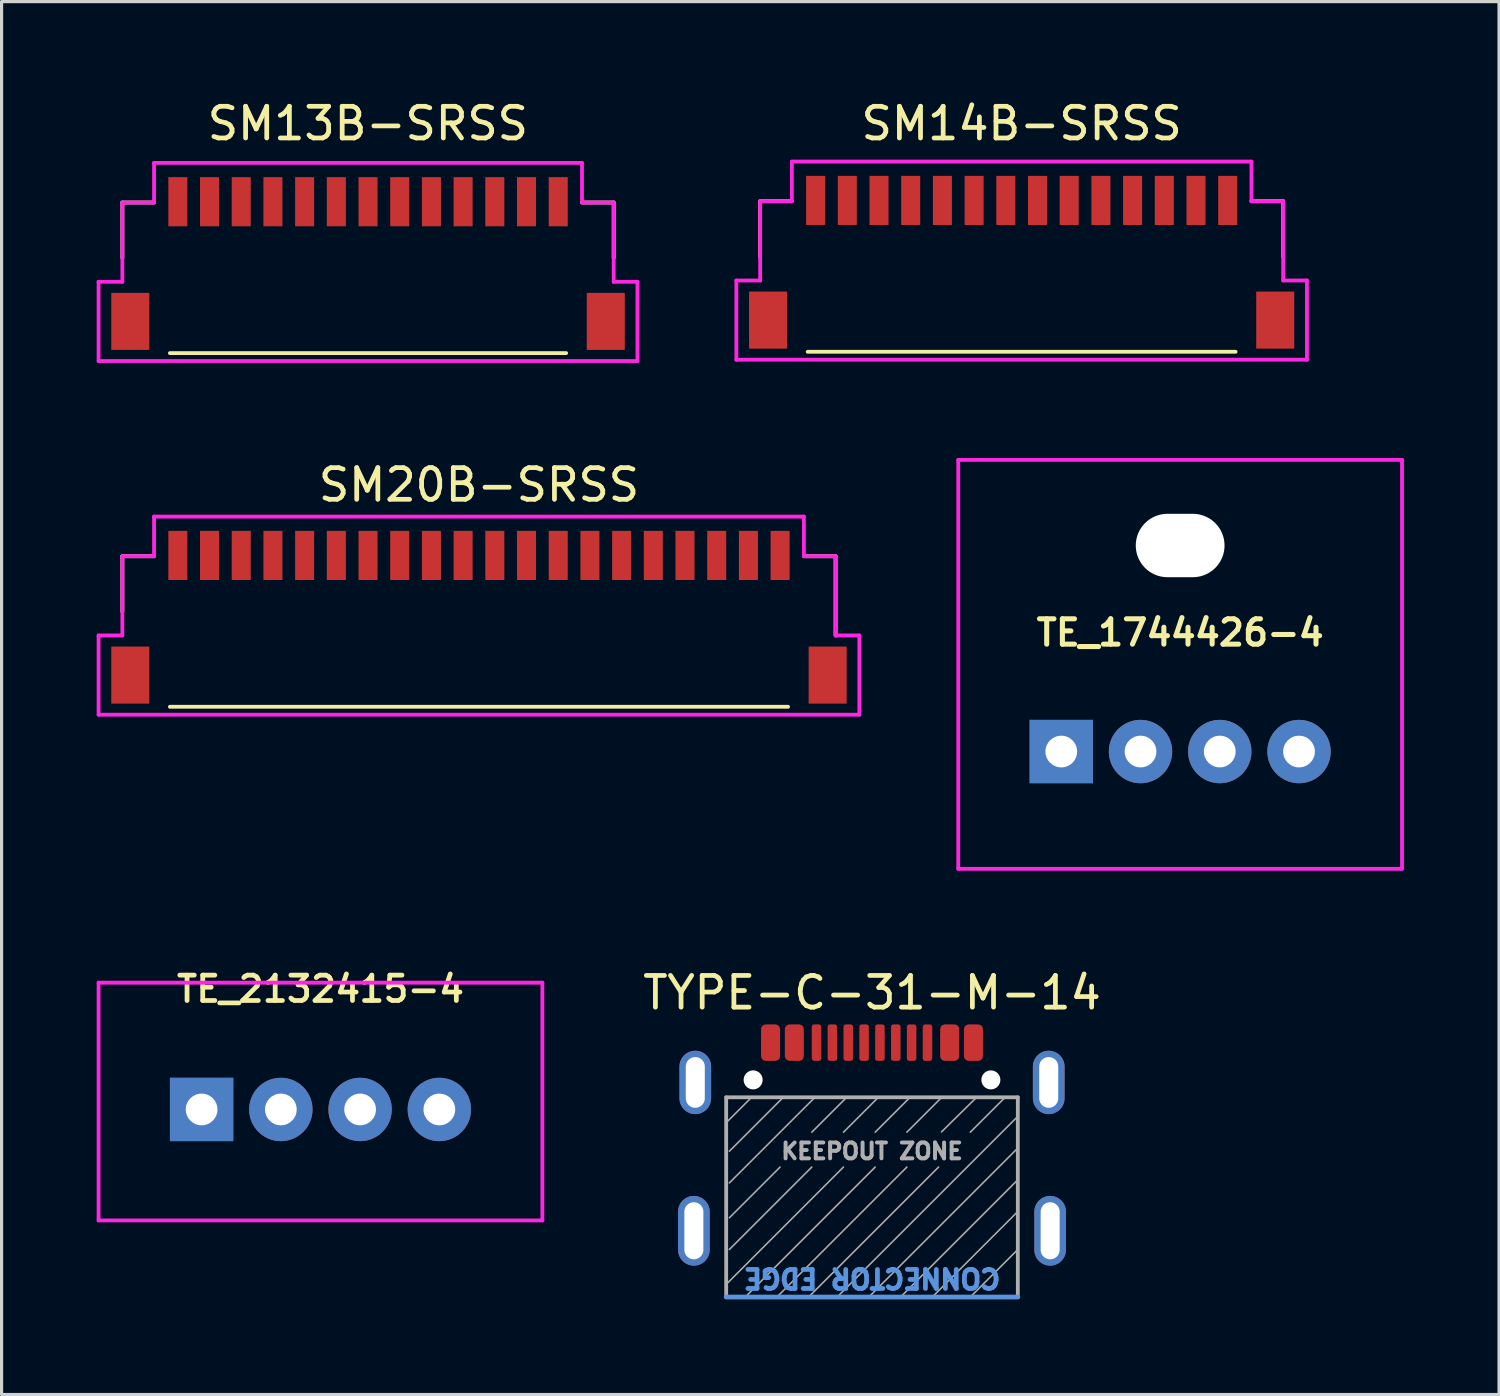
<source format=kicad_pcb>
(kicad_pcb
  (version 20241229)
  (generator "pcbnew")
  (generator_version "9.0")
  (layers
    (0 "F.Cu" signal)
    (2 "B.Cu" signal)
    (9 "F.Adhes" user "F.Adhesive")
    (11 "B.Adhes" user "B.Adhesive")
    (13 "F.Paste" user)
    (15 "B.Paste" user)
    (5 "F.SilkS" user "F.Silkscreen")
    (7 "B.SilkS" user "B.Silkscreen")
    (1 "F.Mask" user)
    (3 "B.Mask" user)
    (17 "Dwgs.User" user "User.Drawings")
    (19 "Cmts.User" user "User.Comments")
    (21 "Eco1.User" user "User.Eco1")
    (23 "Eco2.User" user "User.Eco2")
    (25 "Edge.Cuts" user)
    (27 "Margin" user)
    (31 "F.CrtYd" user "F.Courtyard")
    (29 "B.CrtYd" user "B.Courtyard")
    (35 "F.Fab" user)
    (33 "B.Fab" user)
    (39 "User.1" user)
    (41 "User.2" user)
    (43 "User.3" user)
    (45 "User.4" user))
  (footprint "TYPE-C-31-M-14"
    (layer "F.Cu")
    (at 24.459 29.267)
    (property "Reference" "TYPE-C-31-M-14" (at 0 -1 0) (layer "F.SilkS") (effects (font (size 1 1) (thickness 0.15))))
    (attr through_hole)
    (fp_line (start 4.6 8.6) (end -4.6 8.6) (stroke (width 0.15) (type solid)) (layer "Cmts.User"))
    (fp_line (start -4.6 3.1) (end -3.8 2.3) (stroke (width 0.05) (type solid)) (layer "F.Fab"))
    (fp_line (start -4.6 8.2) (end -0.9 4.5) (stroke (width 0.05) (type solid)) (layer "F.Fab"))
    (fp_line (start -4.6 8.6) (end -4.6 2.3) (stroke (width 0.12) (type solid)) (layer "F.Fab"))
    (fp_line (start -4.6 8.6) (end 4.6 8.6) (stroke (width 0.12) (type solid)) (layer "F.Fab"))
    (fp_line (start -4.5 4) (end -2.8 2.3) (stroke (width 0.05) (type solid)) (layer "F.Fab"))
    (fp_line (start -4.5 5) (end -1.8 2.3) (stroke (width 0.05) (type solid)) (layer "F.Fab"))
    (fp_line (start -4.5 6.1) (end -2.9 4.5) (stroke (width 0.05) (type solid)) (layer "F.Fab"))
    (fp_line (start -4.5 7.1) (end -1.9 4.5) (stroke (width 0.05) (type solid)) (layer "F.Fab"))
    (fp_line (start -4 8.6) (end 0.1 4.5) (stroke (width 0.05) (type solid)) (layer "F.Fab"))
    (fp_line (start -3 8.6) (end 1.1 4.5) (stroke (width 0.05) (type solid)) (layer "F.Fab"))
    (fp_line (start -2 8.6) (end 2.1 4.5) (stroke (width 0.05) (type solid)) (layer "F.Fab"))
    (fp_line (start -1.9 3.4) (end -0.8 2.3) (stroke (width 0.05) (type solid)) (layer "F.Fab"))
    (fp_line (start -1.1 8.6) (end 4.6 2.9) (stroke (width 0.05) (type solid)) (layer "F.Fab"))
    (fp_line (start -0.9 3.4) (end 0.2 2.3) (stroke (width 0.05) (type solid)) (layer "F.Fab"))
    (fp_line (start -0.1 8.6) (end 4.6 3.9) (stroke (width 0.05) (type solid)) (layer "F.Fab"))
    (fp_line (start 0.1 3.4) (end 1.2 2.3) (stroke (width 0.05) (type solid)) (layer "F.Fab"))
    (fp_line (start 0.9 8.6) (end 4.6 4.9) (stroke (width 0.05) (type solid)) (layer "F.Fab"))
    (fp_line (start 1.1 3.4) (end 2.2 2.3) (stroke (width 0.05) (type solid)) (layer "F.Fab"))
    (fp_line (start 1.9 8.6) (end 4.6 5.9) (stroke (width 0.05) (type solid)) (layer "F.Fab"))
    (fp_line (start 2.192 3.391) (end 3.3 2.3) (stroke (width 0.05) (type solid)) (layer "F.Fab"))
    (fp_line (start 3.1 3.4) (end 4.2 2.3) (stroke (width 0.05) (type solid)) (layer "F.Fab"))
    (fp_line (start 3.1 8.6) (end 4.6 7.1) (stroke (width 0.05) (type solid)) (layer "F.Fab"))
    (fp_line (start 4.6 2.3) (end -4.6 2.3) (stroke (width 0.12) (type solid)) (layer "F.Fab"))
    (fp_line (start 4.6 8.6) (end 4.6 2.3) (stroke (width 0.12) (type solid)) (layer "F.Fab"))
    (fp_text user "CONNECTOR EDGE" (at 0 8 180) (unlocked yes) (layer "Cmts.User") (effects (font (size 0.6 0.6) (thickness 0.15))))
    (fp_text user "KEEPOUT ZONE" (at 0 4 0) (layer "F.Fab") (effects (font (size 0.5 0.5) (thickness 0.125))))
    (pad "" np_thru_hole circle (at -3.75 1.75) (size 0.6 0.6) (drill 0.6) (layers "*.Cu" "*.Mask"))
    (pad "" np_thru_hole circle (at 3.75 1.75) (size 0.6 0.6) (drill 0.6) (layers "*.Cu" "*.Mask"))
    (pad "A1" smd roundrect (at -3.2 0.575) (size 0.6 1.15) (layers "F.Cu" "F.Mask" "F.Paste") (roundrect_rratio 0.25))
    (pad "A4" smd roundrect (at -2.45 0.575) (size 0.6 1.15) (layers "F.Cu" "F.Mask" "F.Paste") (roundrect_rratio 0.25))
    (pad "A5" smd roundrect (at -1.25 0.575) (size 0.3 1.15) (layers "F.Cu" "F.Mask" "F.Paste") (roundrect_rratio 0.25))
    (pad "A6" smd roundrect (at -0.25 0.575) (size 0.3 1.15) (layers "F.Cu" "F.Mask" "F.Paste") (roundrect_rratio 0.25))
    (pad "A7" smd roundrect (at 0.25 0.575) (size 0.3 1.15) (layers "F.Cu" "F.Mask" "F.Paste") (roundrect_rratio 0.25))
    (pad "A8" smd roundrect (at 1.25 0.575) (size 0.3 1.15) (layers "F.Cu" "F.Mask" "F.Paste") (roundrect_rratio 0.25))
    (pad "B1" smd roundrect (at 3.2 0.575) (size 0.6 1.15) (layers "F.Cu" "F.Mask" "F.Paste") (roundrect_rratio 0.25))
    (pad "B4" smd roundrect (at 2.45 0.575) (size 0.6 1.15) (layers "F.Cu" "F.Mask" "F.Paste") (roundrect_rratio 0.25))
    (pad "B5" smd roundrect (at 1.75 0.575) (size 0.3 1.15) (layers "F.Cu" "F.Mask" "F.Paste") (roundrect_rratio 0.25))
    (pad "B6" smd roundrect (at 0.75 0.575) (size 0.3 1.15) (layers "F.Cu" "F.Mask" "F.Paste") (roundrect_rratio 0.25))
    (pad "B7" smd roundrect (at -0.75 0.575) (size 0.3 1.15) (layers "F.Cu" "F.Mask" "F.Paste") (roundrect_rratio 0.25))
    (pad "B8" smd roundrect (at -1.75 0.575) (size 0.3 1.15) (layers "F.Cu" "F.Mask" "F.Paste") (roundrect_rratio 0.25))
    (pad "S" thru_hole oval (at -5.62 6.51) (size 1 2.2) (drill oval 0.6 1.8) (layers "*.Cu" "*.Mask"))
    (pad "S" thru_hole oval (at -5.575 1.83) (size 1 2) (drill oval 0.6 1.6) (layers "*.Cu" "*.Mask"))
    (pad "S" thru_hole oval (at 5.575 1.83) (size 1 2) (drill oval 0.6 1.6) (layers "*.Cu" "*.Mask"))
    (pad "S" thru_hole oval (at 5.62 6.51) (size 1 2.2) (drill oval 0.6 1.8) (layers "*.Cu" "*.Mask")))
  (footprint "TE_1744426-4"
    (layer "F.Cu")
    (at 34.18 20.659)
    (property "Reference" "TE_1744426-4" (at 0 -3.75 0) (unlocked yes) (layer "F.SilkS") (effects (font (size 0.8 0.8) (thickness 0.16))))
    (attr through_hole)
    (fp_line (start -7 3.7) (end -7 -9.2) (stroke (width 0.12) (type solid)) (layer "F.CrtYd"))
    (fp_line (start 7 -9.2) (end -7 -9.2) (stroke (width 0.12) (type solid)) (layer "F.CrtYd"))
    (fp_line (start 7 3.7) (end -7 3.7) (stroke (width 0.12) (type solid)) (layer "F.CrtYd"))
    (fp_line (start 7 3.7) (end 7 -9.2) (stroke (width 0.12) (type solid)) (layer "F.CrtYd"))
    (pad "" np_thru_hole oval (at 0 -6.5) (size 2.8 2) (drill oval 2.8 2) (layers "*.Cu" "*.Mask"))
    (pad "1" thru_hole rect (at -3.75 0) (size 2 2) (drill 1) (layers "*.Cu" "*.Mask"))
    (pad "2" thru_hole circle (at -1.25 0) (size 2 2) (drill 1) (layers "*.Cu" "*.Mask"))
    (pad "3" thru_hole circle (at 1.25 0) (size 2 2) (drill 1) (layers "*.Cu" "*.Mask"))
    (pad "4" thru_hole circle (at 3.75 0) (size 2 2) (drill 1) (layers "*.Cu" "*.Mask")))
  (footprint "SM13B-SRSS"
    (layer "F.Cu")
    (at 8.56 4.089)
    (property "Reference" "SM13B-SRSS" (at -0.005 -3.241 0) (unlocked yes) (layer "F.SilkS") (effects (font (size 1 1) (thickness 0.15))))
    (attr through_hole)
    (fp_line (start -7.75 -0.75) (end -7.75 1) (stroke (width 0.12) (type solid)) (layer "F.SilkS"))
    (fp_line (start -7.75 -0.75) (end -6.75 -0.75) (stroke (width 0.12) (type solid)) (layer "F.SilkS"))
    (fp_line (start -6.25 4) (end 6.25 4) (stroke (width 0.12) (type solid)) (layer "F.SilkS"))
    (fp_line (start 7.75 -0.75) (end 6.75 -0.75) (stroke (width 0.12) (type solid)) (layer "F.SilkS"))
    (fp_line (start 7.75 -0.75) (end 7.75 1) (stroke (width 0.12) (type solid)) (layer "F.SilkS"))
    (fp_line (start -8.5 1.75) (end -7.75 1.75) (stroke (width 0.12) (type solid)) (layer "F.CrtYd"))
    (fp_line (start -8.5 4.25) (end -8.5 1.75) (stroke (width 0.12) (type solid)) (layer "F.CrtYd"))
    (fp_line (start -7.75 -0.75) (end -6.75 -0.75) (stroke (width 0.12) (type solid)) (layer "F.CrtYd"))
    (fp_line (start -7.75 1.75) (end -7.75 -0.75) (stroke (width 0.12) (type solid)) (layer "F.CrtYd"))
    (fp_line (start -6.75 -2) (end 6.75 -2) (stroke (width 0.12) (type solid)) (layer "F.CrtYd"))
    (fp_line (start -6.75 -0.75) (end -6.75 -2) (stroke (width 0.12) (type solid)) (layer "F.CrtYd"))
    (fp_line (start 6.75 -0.75) (end 6.75 -2) (stroke (width 0.12) (type solid)) (layer "F.CrtYd"))
    (fp_line (start 6.75 -0.75) (end 7.75 -0.75) (stroke (width 0.12) (type solid)) (layer "F.CrtYd"))
    (fp_line (start 7.75 1.75) (end 7.75 -0.75) (stroke (width 0.12) (type solid)) (layer "F.CrtYd"))
    (fp_line (start 7.75 1.75) (end 8.5 1.75) (stroke (width 0.12) (type solid)) (layer "F.CrtYd"))
    (fp_line (start 8.5 1.75) (end 8.5 4.25) (stroke (width 0.12) (type solid)) (layer "F.CrtYd"))
    (fp_line (start 8.5 4.25) (end -8.5 4.25) (stroke (width 0.12) (type solid)) (layer "F.CrtYd"))
    (pad "" smd rect (at -7.5 3) (size 1.2 1.8) (layers "F.Cu" "F.Mask" "F.Paste"))
    (pad "" smd rect (at 7.5 3) (size 1.2 1.8) (layers "F.Cu" "F.Mask" "F.Paste"))
    (pad "1" smd rect (at -6 -0.775) (size 0.6 1.55) (layers "F.Cu" "F.Mask" "F.Paste"))
    (pad "2" smd rect (at -5 -0.775) (size 0.6 1.55) (layers "F.Cu" "F.Mask" "F.Paste"))
    (pad "3" smd rect (at -4 -0.775) (size 0.6 1.55) (layers "F.Cu" "F.Mask" "F.Paste"))
    (pad "4" smd rect (at -3 -0.775) (size 0.6 1.55) (layers "F.Cu" "F.Mask" "F.Paste"))
    (pad "5" smd rect (at -2 -0.775) (size 0.6 1.55) (layers "F.Cu" "F.Mask" "F.Paste"))
    (pad "6" smd rect (at -1 -0.775) (size 0.6 1.55) (layers "F.Cu" "F.Mask" "F.Paste"))
    (pad "7" smd rect (at 0 -0.775) (size 0.6 1.55) (layers "F.Cu" "F.Mask" "F.Paste"))
    (pad "8" smd rect (at 1 -0.775) (size 0.6 1.55) (layers "F.Cu" "F.Mask" "F.Paste"))
    (pad "9" smd rect (at 2 -0.775) (size 0.6 1.55) (layers "F.Cu" "F.Mask" "F.Paste"))
    (pad "10" smd rect (at 3 -0.775) (size 0.6 1.55) (layers "F.Cu" "F.Mask" "F.Paste"))
    (pad "11" smd rect (at 4 -0.775) (size 0.6 1.55) (layers "F.Cu" "F.Mask" "F.Paste"))
    (pad "12" smd rect (at 5 -0.775) (size 0.6 1.55) (layers "F.Cu" "F.Mask" "F.Paste"))
    (pad "13" smd rect (at 6 -0.775) (size 0.6 1.55) (layers "F.Cu" "F.Mask" "F.Paste")))
  (footprint "SM20B-SRSS"
    (layer "F.Cu")
    (at 12.06 15.247)
    (property "Reference" "SM20B-SRSS" (at 0 -3 0) (unlocked yes) (layer "F.SilkS") (effects (font (size 1 1) (thickness 0.15))))
    (attr through_hole)
    (fp_line (start -11.25 -0.75) (end -11.25 1) (stroke (width 0.12) (type solid)) (layer "F.SilkS"))
    (fp_line (start -11.25 -0.75) (end -10.25 -0.75) (stroke (width 0.12) (type solid)) (layer "F.SilkS"))
    (fp_line (start -9.75 4) (end 9.75 4) (stroke (width 0.12) (type solid)) (layer "F.SilkS"))
    (fp_line (start 11.25 -0.75) (end 10.25 -0.75) (stroke (width 0.12) (type solid)) (layer "F.SilkS"))
    (fp_line (start 11.25 -0.75) (end 11.25 1.75) (stroke (width 0.12) (type solid)) (layer "F.SilkS"))
    (fp_line (start -12 1.75) (end -11.25 1.75) (stroke (width 0.12) (type solid)) (layer "F.CrtYd"))
    (fp_line (start -12 4.25) (end -12 1.75) (stroke (width 0.12) (type solid)) (layer "F.CrtYd"))
    (fp_line (start -11.25 -0.75) (end -10.25 -0.75) (stroke (width 0.12) (type solid)) (layer "F.CrtYd"))
    (fp_line (start -11.25 1.75) (end -11.25 -0.75) (stroke (width 0.12) (type solid)) (layer "F.CrtYd"))
    (fp_line (start -10.25 -2) (end 10.25 -2) (stroke (width 0.12) (type solid)) (layer "F.CrtYd"))
    (fp_line (start -10.25 -0.75) (end -10.25 -2) (stroke (width 0.12) (type solid)) (layer "F.CrtYd"))
    (fp_line (start 10.25 -0.75) (end 10.25 -2) (stroke (width 0.12) (type solid)) (layer "F.CrtYd"))
    (fp_line (start 10.3 -0.75) (end 11.25 -0.75) (stroke (width 0.12) (type solid)) (layer "F.CrtYd"))
    (fp_line (start 11.25 1.75) (end 11.25 -0.75) (stroke (width 0.12) (type solid)) (layer "F.CrtYd"))
    (fp_line (start 11.25 1.75) (end 12 1.75) (stroke (width 0.12) (type solid)) (layer "F.CrtYd"))
    (fp_line (start 12 1.75) (end 12 4.25) (stroke (width 0.12) (type solid)) (layer "F.CrtYd"))
    (fp_line (start 12 4.25) (end -12 4.25) (stroke (width 0.12) (type solid)) (layer "F.CrtYd"))
    (pad "" smd rect (at -11 3) (size 1.2 1.8) (layers "F.Cu" "F.Mask" "F.Paste"))
    (pad "" smd rect (at 11 3) (size 1.2 1.8) (layers "F.Cu" "F.Mask" "F.Paste"))
    (pad "1" smd rect (at -9.5 -0.775) (size 0.6 1.55) (layers "F.Cu" "F.Mask" "F.Paste"))
    (pad "2" smd rect (at -8.5 -0.775) (size 0.6 1.55) (layers "F.Cu" "F.Mask" "F.Paste"))
    (pad "3" smd rect (at -7.5 -0.775) (size 0.6 1.55) (layers "F.Cu" "F.Mask" "F.Paste"))
    (pad "4" smd rect (at -6.5 -0.775) (size 0.6 1.55) (layers "F.Cu" "F.Mask" "F.Paste"))
    (pad "5" smd rect (at -5.5 -0.775) (size 0.6 1.55) (layers "F.Cu" "F.Mask" "F.Paste"))
    (pad "6" smd rect (at -4.5 -0.775) (size 0.6 1.55) (layers "F.Cu" "F.Mask" "F.Paste"))
    (pad "7" smd rect (at -3.5 -0.775) (size 0.6 1.55) (layers "F.Cu" "F.Mask" "F.Paste"))
    (pad "8" smd rect (at -2.5 -0.775) (size 0.6 1.55) (layers "F.Cu" "F.Mask" "F.Paste"))
    (pad "9" smd rect (at -1.5 -0.775) (size 0.6 1.55) (layers "F.Cu" "F.Mask" "F.Paste"))
    (pad "10" smd rect (at -0.5 -0.775) (size 0.6 1.55) (layers "F.Cu" "F.Mask" "F.Paste"))
    (pad "11" smd rect (at 0.5 -0.775) (size 0.6 1.55) (layers "F.Cu" "F.Mask" "F.Paste"))
    (pad "12" smd rect (at 1.5 -0.775) (size 0.6 1.55) (layers "F.Cu" "F.Mask" "F.Paste"))
    (pad "13" smd rect (at 2.5 -0.775) (size 0.6 1.55) (layers "F.Cu" "F.Mask" "F.Paste"))
    (pad "14" smd rect (at 3.5 -0.775) (size 0.6 1.55) (layers "F.Cu" "F.Mask" "F.Paste"))
    (pad "15" smd rect (at 4.5 -0.775) (size 0.6 1.55) (layers "F.Cu" "F.Mask" "F.Paste"))
    (pad "16" smd rect (at 5.5 -0.775) (size 0.6 1.55) (layers "F.Cu" "F.Mask" "F.Paste"))
    (pad "17" smd rect (at 6.5 -0.775) (size 0.6 1.55) (layers "F.Cu" "F.Mask" "F.Paste"))
    (pad "18" smd rect (at 7.5 -0.775) (size 0.6 1.55) (layers "F.Cu" "F.Mask" "F.Paste"))
    (pad "19" smd rect (at 8.5 -0.775) (size 0.6 1.55) (layers "F.Cu" "F.Mask" "F.Paste"))
    (pad "20" smd rect (at 9.5 -0.775) (size 0.6 1.55) (layers "F.Cu" "F.Mask" "F.Paste")))
  (footprint "SM14B-SRSS"
    (layer "F.Cu")
    (at 29.18 4.048)
    (property "Reference" "SM14B-SRSS" (at 0 -3.2 0) (unlocked yes) (layer "F.SilkS") (effects (font (size 1 1) (thickness 0.15))))
    (attr through_hole)
    (fp_line (start -8.25 -0.75) (end -8.25 1) (stroke (width 0.12) (type solid)) (layer "F.SilkS"))
    (fp_line (start -8.25 -0.75) (end -7.25 -0.75) (stroke (width 0.12) (type solid)) (layer "F.SilkS"))
    (fp_line (start -6.75 4) (end 6.75 4) (stroke (width 0.12) (type solid)) (layer "F.SilkS"))
    (fp_line (start 8.25 -0.75) (end 7.25 -0.75) (stroke (width 0.12) (type solid)) (layer "F.SilkS"))
    (fp_line (start 8.25 -0.75) (end 8.25 1) (stroke (width 0.12) (type solid)) (layer "F.SilkS"))
    (fp_line (start -9 1.75) (end -8.25 1.75) (stroke (width 0.12) (type solid)) (layer "F.CrtYd"))
    (fp_line (start -9 4.25) (end -9 1.75) (stroke (width 0.12) (type solid)) (layer "F.CrtYd"))
    (fp_line (start -8.25 -0.75) (end -7.25 -0.75) (stroke (width 0.12) (type solid)) (layer "F.CrtYd"))
    (fp_line (start -8.25 1.75) (end -8.25 -0.75) (stroke (width 0.12) (type solid)) (layer "F.CrtYd"))
    (fp_line (start -7.25 -2) (end 7.25 -2) (stroke (width 0.12) (type solid)) (layer "F.CrtYd"))
    (fp_line (start -7.25 -0.75) (end -7.25 -2) (stroke (width 0.12) (type solid)) (layer "F.CrtYd"))
    (fp_line (start 7.25 -0.75) (end 7.25 -2) (stroke (width 0.12) (type solid)) (layer "F.CrtYd"))
    (fp_line (start 7.25 -0.75) (end 8.25 -0.75) (stroke (width 0.12) (type solid)) (layer "F.CrtYd"))
    (fp_line (start 8.25 1.75) (end 8.25 -0.75) (stroke (width 0.12) (type solid)) (layer "F.CrtYd"))
    (fp_line (start 8.25 1.75) (end 9 1.75) (stroke (width 0.12) (type solid)) (layer "F.CrtYd"))
    (fp_line (start 9 1.75) (end 9 4.25) (stroke (width 0.12) (type solid)) (layer "F.CrtYd"))
    (fp_line (start 9 4.25) (end -9 4.25) (stroke (width 0.12) (type solid)) (layer "F.CrtYd"))
    (pad "" smd rect (at -8 3) (size 1.2 1.8) (layers "F.Cu" "F.Mask" "F.Paste"))
    (pad "" smd rect (at 8 3) (size 1.2 1.8) (layers "F.Cu" "F.Mask" "F.Paste"))
    (pad "1" smd rect (at -6.5 -0.775) (size 0.6 1.55) (layers "F.Cu" "F.Mask" "F.Paste"))
    (pad "2" smd rect (at -5.5 -0.775) (size 0.6 1.55) (layers "F.Cu" "F.Mask" "F.Paste"))
    (pad "3" smd rect (at -4.5 -0.775) (size 0.6 1.55) (layers "F.Cu" "F.Mask" "F.Paste"))
    (pad "4" smd rect (at -3.5 -0.775) (size 0.6 1.55) (layers "F.Cu" "F.Mask" "F.Paste"))
    (pad "5" smd rect (at -2.5 -0.775) (size 0.6 1.55) (layers "F.Cu" "F.Mask" "F.Paste"))
    (pad "6" smd rect (at -1.5 -0.775) (size 0.6 1.55) (layers "F.Cu" "F.Mask" "F.Paste"))
    (pad "7" smd rect (at -0.5 -0.775) (size 0.6 1.55) (layers "F.Cu" "F.Mask" "F.Paste"))
    (pad "8" smd rect (at 0.5 -0.775) (size 0.6 1.55) (layers "F.Cu" "F.Mask" "F.Paste"))
    (pad "9" smd rect (at 1.5 -0.775) (size 0.6 1.55) (layers "F.Cu" "F.Mask" "F.Paste"))
    (pad "10" smd rect (at 2.5 -0.775) (size 0.6 1.55) (layers "F.Cu" "F.Mask" "F.Paste"))
    (pad "11" smd rect (at 3.5 -0.775) (size 0.6 1.55) (layers "F.Cu" "F.Mask" "F.Paste"))
    (pad "12" smd rect (at 4.5 -0.775) (size 0.6 1.55) (layers "F.Cu" "F.Mask" "F.Paste"))
    (pad "13" smd rect (at 5.5 -0.775) (size 0.6 1.55) (layers "F.Cu" "F.Mask" "F.Paste"))
    (pad "14" smd rect (at 6.5 -0.775) (size 0.6 1.55) (layers "F.Cu" "F.Mask" "F.Paste")))
  (footprint "TE_2132415-4"
    (layer "F.Cu")
    (at 7.06 31.95)
    (property "Reference" "TE_2132415-4" (at 0 -3.8 0) (unlocked yes) (layer "F.SilkS") (effects (font (size 0.8 0.8) (thickness 0.15))))
    (attr through_hole)
    (fp_line (start -7 -4) (end -7 3.5) (stroke (width 0.12) (type solid)) (layer "F.CrtYd"))
    (fp_line (start -7 -4) (end 7 -4) (stroke (width 0.12) (type solid)) (layer "F.CrtYd"))
    (fp_line (start -7 3.5) (end 7 3.5) (stroke (width 0.12) (type solid)) (layer "F.CrtYd"))
    (fp_line (start 7 -4) (end 7 3.5) (stroke (width 0.12) (type solid)) (layer "F.CrtYd"))
    (pad "1" thru_hole rect (at -3.75 0) (size 2 2) (drill 1) (layers "*.Cu" "*.Mask"))
    (pad "2" thru_hole oval (at -1.25 0) (size 2 2) (drill 1) (layers "*.Cu" "*.Mask"))
    (pad "3" thru_hole oval (at 1.25 0) (size 2 2) (drill 1) (layers "*.Cu" "*.Mask"))
    (pad "4" thru_hole oval (at 3.75 0) (size 2 2) (drill 1) (layers "*.Cu" "*.Mask")))
  (gr_rect
    (start -3 -3)
    (end 44.24 40.942)
    (stroke (width 0.1) (type default))
    (fill no)
    (layer "Edge.Cuts")))
</source>
